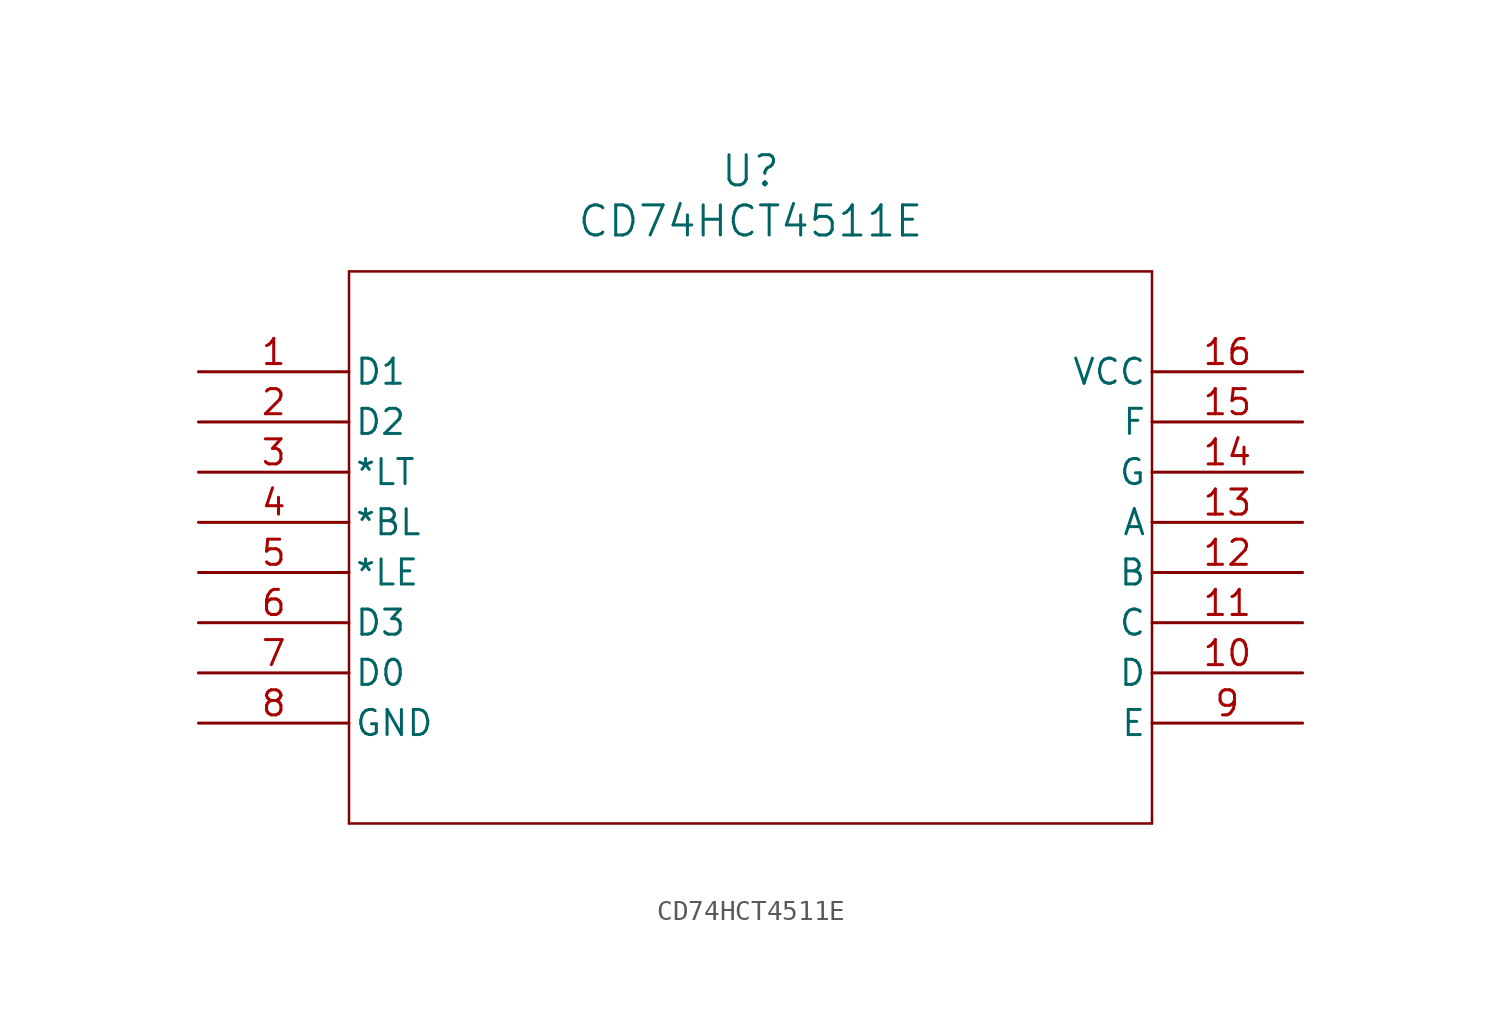
<source format=kicad_sym>
(kicad_symbol_lib
  (version 20211014)
  (generator kicad_symbol_editor)
  (symbol "CD74HCT4511E"
    (pin_names
      (offset 0.254))
    (property "Reference" "U"
      (at 27.94 10.16 0)
      (effects (font (size 1.524 1.524))))
    (property "Value" "CD74HCT4511E"
      (at 27.94 7.62 0)
      (effects (font (size 1.524 1.524))))
    (symbol "CD74HCT4511E_0_1"
      (polyline (pts (xy 7.62 5.08) (xy 7.62 -22.86)) (stroke (width 0.127) (type default) (color 0 0 0 0)) (fill (type none)))
      (polyline (pts (xy 7.62 -22.86) (xy 48.26 -22.86)) (stroke (width 0.127) (type default) (color 0 0 0 0)) (fill (type none)))
      (polyline (pts (xy 48.26 -22.86) (xy 48.26 5.08)) (stroke (width 0.127) (type default) (color 0 0 0 0)) (fill (type none)))
      (polyline (pts (xy 48.26 5.08) (xy 7.62 5.08)) (stroke (width 0.127) (type default) (color 0 0 0 0)) (fill (type none)))
      (pin input line (at 0 0 0) (length 7.62) (name "D1" (effects (font (size 1.27 1.27)))) (number "1" (effects (font (size 1.27 1.27)))))
      (pin input line (at 0 -2.54 0) (length 7.62) (name "D2" (effects (font (size 1.27 1.27)))) (number "2" (effects (font (size 1.27 1.27)))))
      (pin unspecified line (at 0 -5.08 0) (length 7.62) (name "*LT" (effects (font (size 1.27 1.27)))) (number "3" (effects (font (size 1.27 1.27)))))
      (pin unspecified line (at 0 -7.62 0) (length 7.62) (name "*BL" (effects (font (size 1.27 1.27)))) (number "4" (effects (font (size 1.27 1.27)))))
      (pin unspecified line (at 0 -10.16 0) (length 7.62) (name "*LE" (effects (font (size 1.27 1.27)))) (number "5" (effects (font (size 1.27 1.27)))))
      (pin input line (at 0 -12.7 0) (length 7.62) (name "D3" (effects (font (size 1.27 1.27)))) (number "6" (effects (font (size 1.27 1.27)))))
      (pin input line (at 0 -15.24 0) (length 7.62) (name "D0" (effects (font (size 1.27 1.27)))) (number "7" (effects (font (size 1.27 1.27)))))
      (pin power_in line (at 0 -17.78 0) (length 7.62) (name "GND" (effects (font (size 1.27 1.27)))) (number "8" (effects (font (size 1.27 1.27)))))
      (pin output line (at 55.88 -17.78 180) (length 7.62) (name "E" (effects (font (size 1.27 1.27)))) (number "9" (effects (font (size 1.27 1.27)))))
      (pin output line (at 55.88 -15.24 180) (length 7.62) (name "D" (effects (font (size 1.27 1.27)))) (number "10" (effects (font (size 1.27 1.27)))))
      (pin output line (at 55.88 -12.7 180) (length 7.62) (name "C" (effects (font (size 1.27 1.27)))) (number "11" (effects (font (size 1.27 1.27)))))
      (pin output line (at 55.88 -10.16 180) (length 7.62) (name "B" (effects (font (size 1.27 1.27)))) (number "12" (effects (font (size 1.27 1.27)))))
      (pin output line (at 55.88 -7.62 180) (length 7.62) (name "A" (effects (font (size 1.27 1.27)))) (number "13" (effects (font (size 1.27 1.27)))))
      (pin output line (at 55.88 -5.08 180) (length 7.62) (name "G" (effects (font (size 1.27 1.27)))) (number "14" (effects (font (size 1.27 1.27)))))
      (pin output line (at 55.88 -2.54 180) (length 7.62) (name "F" (effects (font (size 1.27 1.27)))) (number "15" (effects (font (size 1.27 1.27)))))
      (pin power_in line (at 55.88 0 180) (length 7.62) (name "VCC" (effects (font (size 1.27 1.27)))) (number "16" (effects (font (size 1.27 1.27))))))))
</source>
